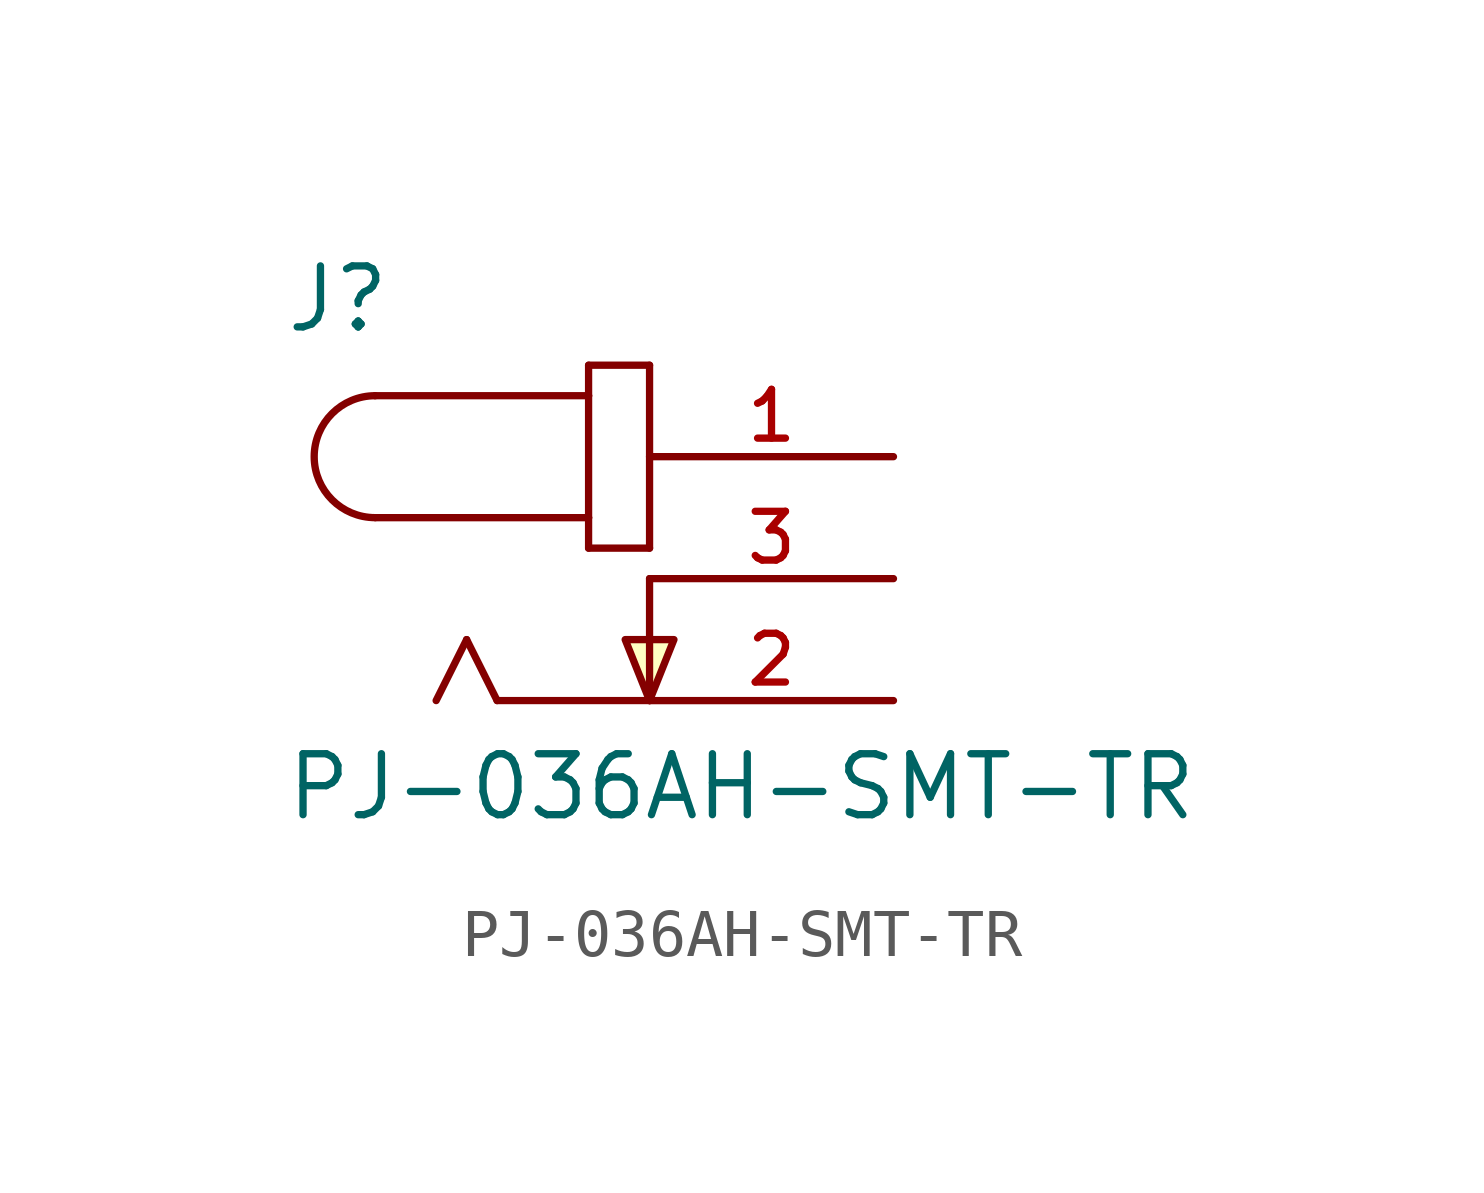
<source format=kicad_sym>
(kicad_symbol_lib
  (version 20211014)
  (generator kicad_symbol_editor)
  (symbol "PJ-036AH-SMT-TR"
    (pin_names
      (offset 1.016) hide)
    (property "Reference" "J"
      (at -7.62 5.08 0)
      (effects (font (size 1.27 1.27)) (justify left bottom)))
    (property "Value" "PJ-036AH-SMT-TR"
      (at -7.62 -5.08 0)
      (effects (font (size 1.27 1.27)) (justify left bottom)))
    (symbol "PJ-036AH-SMT-TR_0_0"
      (arc (start -5.715 3.81) (mid -6.985 2.54) (end -5.715 1.27) (stroke (width 0.1524) (type default) (color 0 0 0 0)) (fill (type none)))
      (polyline (pts (xy -5.715 3.81) (xy -1.27 3.81)) (stroke (width 0.152) (type default) (color 0 0 0 0)) (fill (type none)))
      (polyline (pts (xy -3.81 -1.27) (xy -4.445 -2.54)) (stroke (width 0.152) (type default) (color 0 0 0 0)) (fill (type none)))
      (polyline (pts (xy -3.175 -2.54) (xy -3.81 -1.27)) (stroke (width 0.152) (type default) (color 0 0 0 0)) (fill (type none)))
      (polyline (pts (xy -1.27 0.635) (xy 0 0.635)) (stroke (width 0.152) (type default) (color 0 0 0 0)) (fill (type none)))
      (polyline (pts (xy -1.27 1.27) (xy -5.715 1.27)) (stroke (width 0.152) (type default) (color 0 0 0 0)) (fill (type none)))
      (polyline (pts (xy -1.27 1.27) (xy -1.27 0.635)) (stroke (width 0.152) (type default) (color 0 0 0 0)) (fill (type none)))
      (polyline (pts (xy -1.27 3.81) (xy -1.27 1.27)) (stroke (width 0.152) (type default) (color 0 0 0 0)) (fill (type none)))
      (polyline (pts (xy -1.27 4.445) (xy -1.27 3.81)) (stroke (width 0.152) (type default) (color 0 0 0 0)) (fill (type none)))
      (polyline (pts (xy 0 -2.54) (xy -3.175 -2.54)) (stroke (width 0.152) (type default) (color 0 0 0 0)) (fill (type none)))
      (polyline (pts (xy 0 0) (xy 0 -2.54)) (stroke (width 0.152) (type default) (color 0 0 0 0)) (fill (type none)))
      (polyline (pts (xy 0 0.635) (xy 0 4.445)) (stroke (width 0.152) (type default) (color 0 0 0 0)) (fill (type none)))
      (polyline (pts (xy 0 4.445) (xy -1.27 4.445)) (stroke (width 0.152) (type default) (color 0 0 0 0)) (fill (type none)))
      (polyline (pts (xy 0 -2.54) (xy -0.508 -1.27) (xy 0.508 -1.27) (xy 0 -2.54)) (stroke (width 0.152) (type default) (color 0 0 0 0)) (fill (type background)))
      (pin passive line (at 5.08 2.54 180) (length 5.08) (name "~" (effects (font (size 1.016 1.016)))) (number "1" (effects (font (size 1.016 1.016)))))
      (pin passive line (at 5.08 -2.54 180) (length 5.08) (name "~" (effects (font (size 1.016 1.016)))) (number "2" (effects (font (size 1.016 1.016)))))
      (pin passive line (at 5.08 0 180) (length 5.08) (name "~" (effects (font (size 1.016 1.016)))) (number "3" (effects (font (size 1.016 1.016))))))))
</source>
